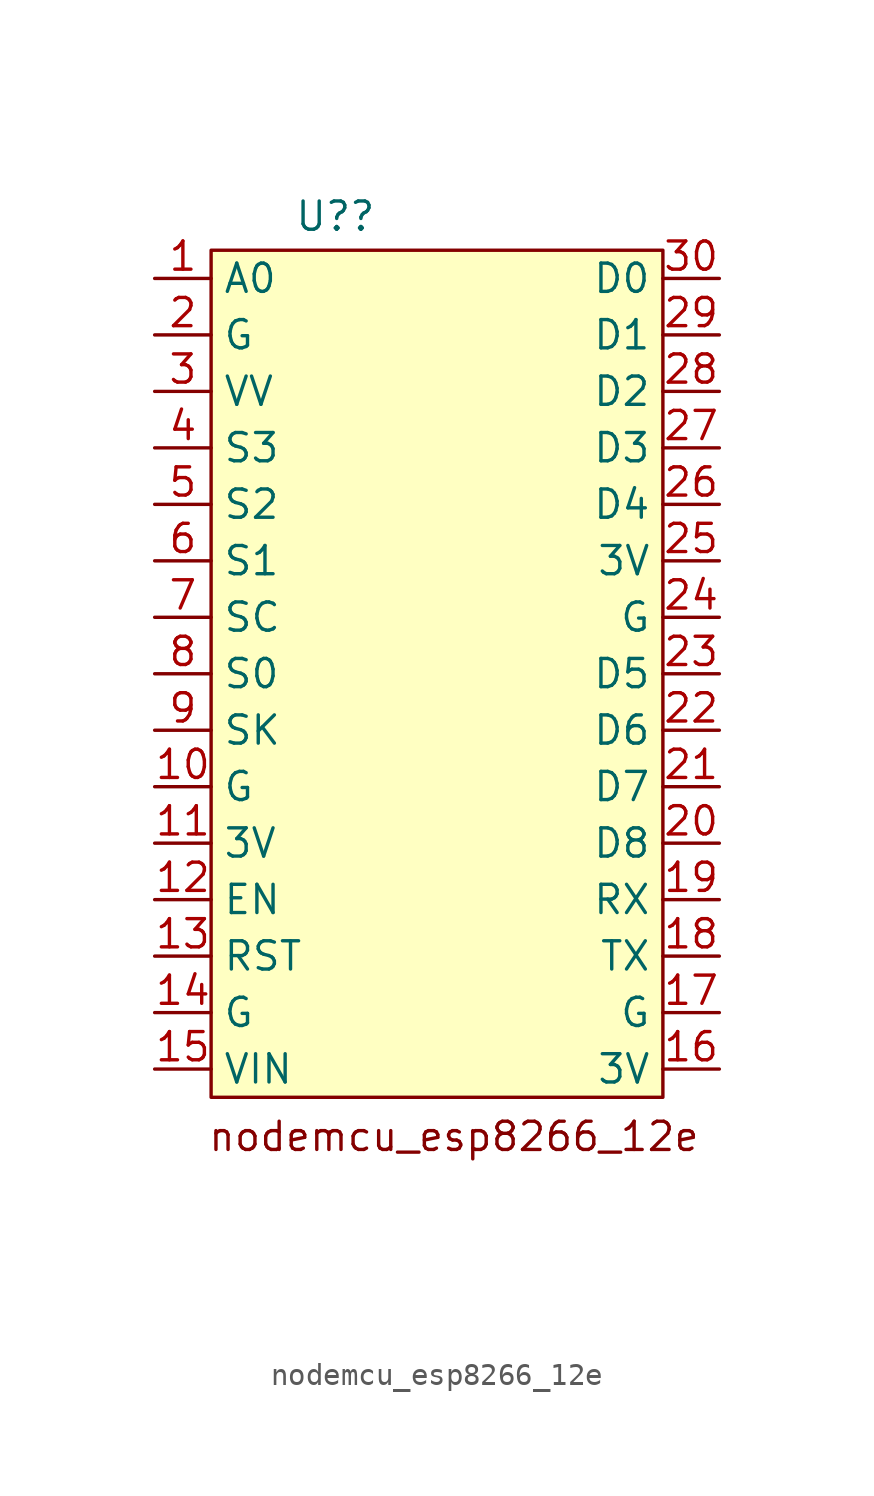
<source format=kicad_sym>
(kicad_symbol_lib
  (version 20231120)
  (generator "kicad_symbol_editor")
  (generator_version "8.0")
  (symbol "nodemcu_esp8266_12e"
    (property "Reference" "U?"
      (at -8.382 16.764 0)
      (effects (font (size 1.27 1.27))))
    (property "Value" ""
      (at 0 0 0)
      (effects (font (size 1.27 1.27))))
    (symbol "nodemcu_esp8266_12e_1_1"
      (rectangle (start -13.97 15.24) (end 6.35 -22.86) (stroke (width 0) (type default)) (fill (type background)))
      (text "nodemcu_esp8266_12e\n\n\n" (at -3.048 -26.67 0) (effects (font (size 1.27 1.27))))
      (pin input line (at -16.51 13.97 0) (length 2.54) (name "A0" (effects (font (size 1.27 1.27)))) (number "1" (effects (font (size 1.27 1.27)))))
      (pin power_in line (at -16.51 -8.89 0) (length 2.54) (name "G" (effects (font (size 1.27 1.27)))) (number "10" (effects (font (size 1.27 1.27)))))
      (pin power_in line (at -16.51 -11.43 0) (length 2.54) (name "3V" (effects (font (size 1.27 1.27)))) (number "11" (effects (font (size 1.27 1.27)))))
      (pin power_in line (at -16.51 -13.97 0) (length 2.54) (name "EN" (effects (font (size 1.27 1.27)))) (number "12" (effects (font (size 1.27 1.27)))))
      (pin input line (at -16.51 -16.51 0) (length 2.54) (name "RST" (effects (font (size 1.27 1.27)))) (number "13" (effects (font (size 1.27 1.27)))))
      (pin power_in line (at -16.51 -19.05 0) (length 2.54) (name "G" (effects (font (size 1.27 1.27)))) (number "14" (effects (font (size 1.27 1.27)))))
      (pin power_in line (at -16.51 -21.59 0) (length 2.54) (name "VIN" (effects (font (size 1.27 1.27)))) (number "15" (effects (font (size 1.27 1.27)))))
      (pin power_in line (at 8.89 -21.59 180) (length 2.54) (name "3V" (effects (font (size 1.27 1.27)))) (number "16" (effects (font (size 1.27 1.27)))))
      (pin power_in line (at 8.89 -19.05 180) (length 2.54) (name "G" (effects (font (size 1.27 1.27)))) (number "17" (effects (font (size 1.27 1.27)))))
      (pin output line (at 8.89 -16.51 180) (length 2.54) (name "TX" (effects (font (size 1.27 1.27)))) (number "18" (effects (font (size 1.27 1.27)))))
      (pin input line (at 8.89 -13.97 180) (length 2.54) (name "RX" (effects (font (size 1.27 1.27)))) (number "19" (effects (font (size 1.27 1.27)))))
      (pin power_in line (at -16.51 11.43 0) (length 2.54) (name "G" (effects (font (size 1.27 1.27)))) (number "2" (effects (font (size 1.27 1.27)))))
      (pin bidirectional line (at 8.89 -11.43 180) (length 2.54) (name "D8" (effects (font (size 1.27 1.27)))) (number "20" (effects (font (size 1.27 1.27)))))
      (pin bidirectional line (at 8.89 -8.89 180) (length 2.54) (name "D7" (effects (font (size 1.27 1.27)))) (number "21" (effects (font (size 1.27 1.27)))))
      (pin bidirectional line (at 8.89 -6.35 180) (length 2.54) (name "D6" (effects (font (size 1.27 1.27)))) (number "22" (effects (font (size 1.27 1.27)))))
      (pin bidirectional line (at 8.89 -3.81 180) (length 2.54) (name "D5" (effects (font (size 1.27 1.27)))) (number "23" (effects (font (size 1.27 1.27)))))
      (pin power_in line (at 8.89 -1.27 180) (length 2.54) (name "G" (effects (font (size 1.27 1.27)))) (number "24" (effects (font (size 1.27 1.27)))))
      (pin power_in line (at 8.89 1.27 180) (length 2.54) (name "3V" (effects (font (size 1.27 1.27)))) (number "25" (effects (font (size 1.27 1.27)))))
      (pin bidirectional line (at 8.89 3.81 180) (length 2.54) (name "D4" (effects (font (size 1.27 1.27)))) (number "26" (effects (font (size 1.27 1.27)))))
      (pin bidirectional line (at 8.89 6.35 180) (length 2.54) (name "D3" (effects (font (size 1.27 1.27)))) (number "27" (effects (font (size 1.27 1.27)))))
      (pin bidirectional line (at 8.89 8.89 180) (length 2.54) (name "D2" (effects (font (size 1.27 1.27)))) (number "28" (effects (font (size 1.27 1.27)))))
      (pin bidirectional line (at 8.89 11.43 180) (length 2.54) (name "D1" (effects (font (size 1.27 1.27)))) (number "29" (effects (font (size 1.27 1.27)))))
      (pin power_in line (at -16.51 8.89 0) (length 2.54) (name "VV" (effects (font (size 1.27 1.27)))) (number "3" (effects (font (size 1.27 1.27)))))
      (pin bidirectional line (at 8.89 13.97 180) (length 2.54) (name "D0" (effects (font (size 1.27 1.27)))) (number "30" (effects (font (size 1.27 1.27)))))
      (pin bidirectional line (at -16.51 6.35 0) (length 2.54) (name "S3" (effects (font (size 1.27 1.27)))) (number "4" (effects (font (size 1.27 1.27)))))
      (pin bidirectional line (at -16.51 3.81 0) (length 2.54) (name "S2" (effects (font (size 1.27 1.27)))) (number "5" (effects (font (size 1.27 1.27)))))
      (pin bidirectional line (at -16.51 1.27 0) (length 2.54) (name "S1" (effects (font (size 1.27 1.27)))) (number "6" (effects (font (size 1.27 1.27)))))
      (pin bidirectional line (at -16.51 -1.27 0) (length 2.54) (name "SC" (effects (font (size 1.27 1.27)))) (number "7" (effects (font (size 1.27 1.27)))))
      (pin bidirectional line (at -16.51 -3.81 0) (length 2.54) (name "S0" (effects (font (size 1.27 1.27)))) (number "8" (effects (font (size 1.27 1.27)))))
      (pin bidirectional line (at -16.51 -6.35 0) (length 2.54) (name "SK" (effects (font (size 1.27 1.27)))) (number "9" (effects (font (size 1.27 1.27))))))))
</source>
